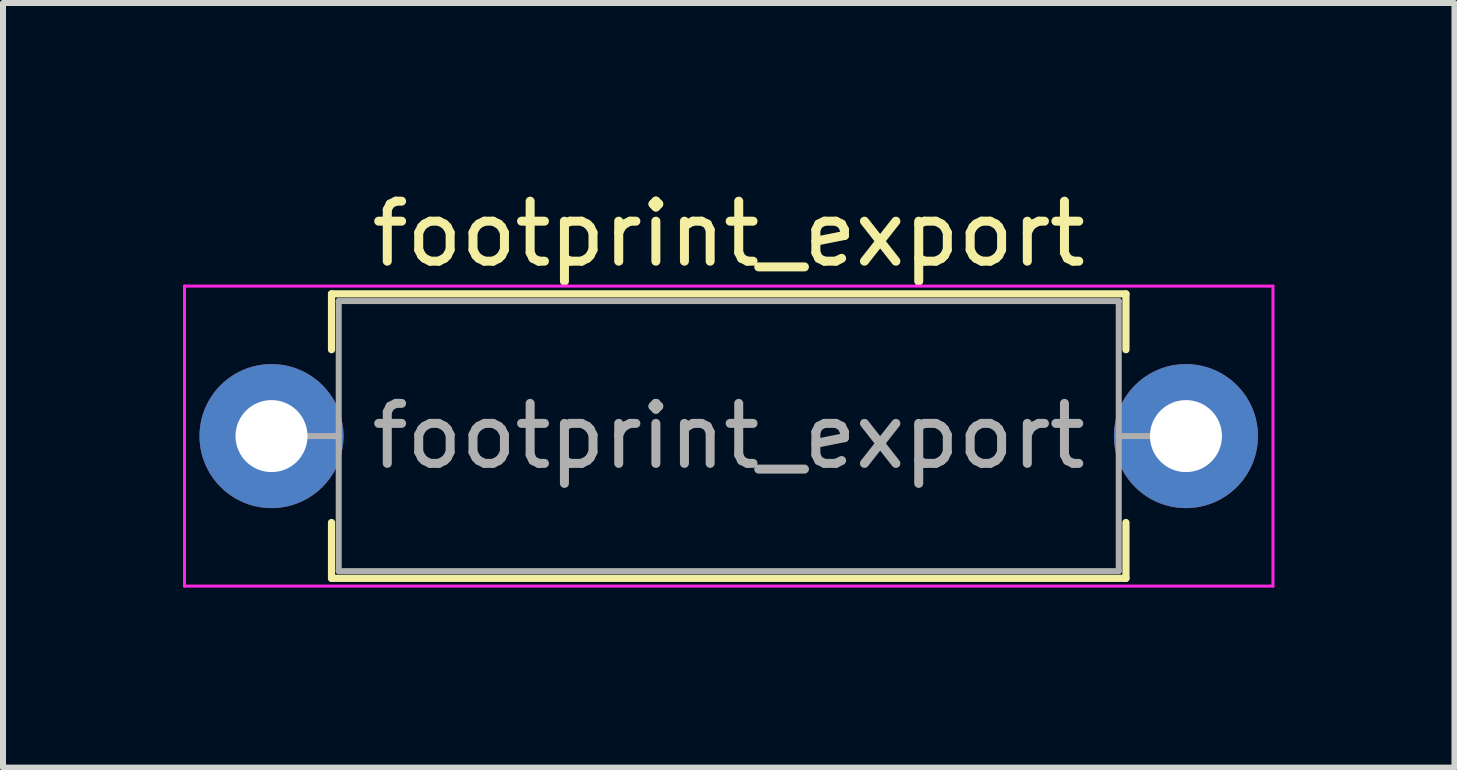
<source format=kicad_pcb>
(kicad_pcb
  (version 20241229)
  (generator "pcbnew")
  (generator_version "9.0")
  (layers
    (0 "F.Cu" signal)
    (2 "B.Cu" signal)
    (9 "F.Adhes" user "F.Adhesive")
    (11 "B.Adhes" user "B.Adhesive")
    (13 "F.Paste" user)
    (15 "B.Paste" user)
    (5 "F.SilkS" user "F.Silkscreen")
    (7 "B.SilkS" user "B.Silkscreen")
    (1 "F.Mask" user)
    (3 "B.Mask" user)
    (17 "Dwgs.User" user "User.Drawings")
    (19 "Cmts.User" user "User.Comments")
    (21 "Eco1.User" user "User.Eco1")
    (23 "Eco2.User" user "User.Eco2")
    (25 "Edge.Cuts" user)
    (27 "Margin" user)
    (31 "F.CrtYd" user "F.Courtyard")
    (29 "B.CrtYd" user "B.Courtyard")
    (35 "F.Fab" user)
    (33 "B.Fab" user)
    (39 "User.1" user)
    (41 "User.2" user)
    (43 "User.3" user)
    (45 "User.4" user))
  (footprint "footprint_export"
    (layer "F.Cu")
    (at 1.475 4.218)
    (property "Reference" "footprint_export" (at 7.62 -3.37 0) (layer "F.SilkS") (effects (font (size 1 1) (thickness 0.15))))
    (attr through_hole)
    (fp_line (start 1 -2.37) (end 14.24 -2.37) (stroke (width 0.12) (type solid)) (layer "F.SilkS"))
    (fp_line (start 1 -1.44) (end 1 -2.37) (stroke (width 0.12) (type solid)) (layer "F.SilkS"))
    (fp_line (start 1 1.44) (end 1 2.37) (stroke (width 0.12) (type solid)) (layer "F.SilkS"))
    (fp_line (start 1 2.37) (end 14.24 2.37) (stroke (width 0.12) (type solid)) (layer "F.SilkS"))
    (fp_line (start 14.24 -2.37) (end 14.24 -1.44) (stroke (width 0.12) (type solid)) (layer "F.SilkS"))
    (fp_line (start 14.24 2.37) (end 14.24 1.44) (stroke (width 0.12) (type solid)) (layer "F.SilkS"))
    (fp_line (start -1.45 -2.5) (end -1.45 2.5) (stroke (width 0.05) (type solid)) (layer "F.CrtYd"))
    (fp_line (start -1.45 2.5) (end 16.69 2.5) (stroke (width 0.05) (type solid)) (layer "F.CrtYd"))
    (fp_line (start 16.69 -2.5) (end -1.45 -2.5) (stroke (width 0.05) (type solid)) (layer "F.CrtYd"))
    (fp_line (start 16.69 2.5) (end 16.69 -2.5) (stroke (width 0.05) (type solid)) (layer "F.CrtYd"))
    (fp_line (start 0 0) (end 1.12 0) (stroke (width 0.1) (type solid)) (layer "F.Fab"))
    (fp_line (start 1.12 -2.25) (end 1.12 2.25) (stroke (width 0.1) (type solid)) (layer "F.Fab"))
    (fp_line (start 1.12 2.25) (end 14.12 2.25) (stroke (width 0.1) (type solid)) (layer "F.Fab"))
    (fp_line (start 14.12 -2.25) (end 1.12 -2.25) (stroke (width 0.1) (type solid)) (layer "F.Fab"))
    (fp_line (start 14.12 2.25) (end 14.12 -2.25) (stroke (width 0.1) (type solid)) (layer "F.Fab"))
    (fp_line (start 15.24 0) (end 14.12 0) (stroke (width 0.1) (type solid)) (layer "F.Fab"))
    (fp_text user "${REFERENCE}" (at 7.62 0 0) (layer "F.Fab") (effects (font (size 1 1) (thickness 0.15))))
    (pad "1" thru_hole circle (at 0 0) (size 2.4 2.4) (drill 1.2) (layers "*.Cu" "*.Mask"))
    (pad "2" thru_hole oval (at 15.24 0) (size 2.4 2.4) (drill 1.2) (layers "*.Cu" "*.Mask")))
  (gr_rect
    (start -3 -3)
    (end 21.19 9.743)
    (stroke (width 0.1) (type default))
    (fill no)
    (layer "Edge.Cuts")))
</source>
